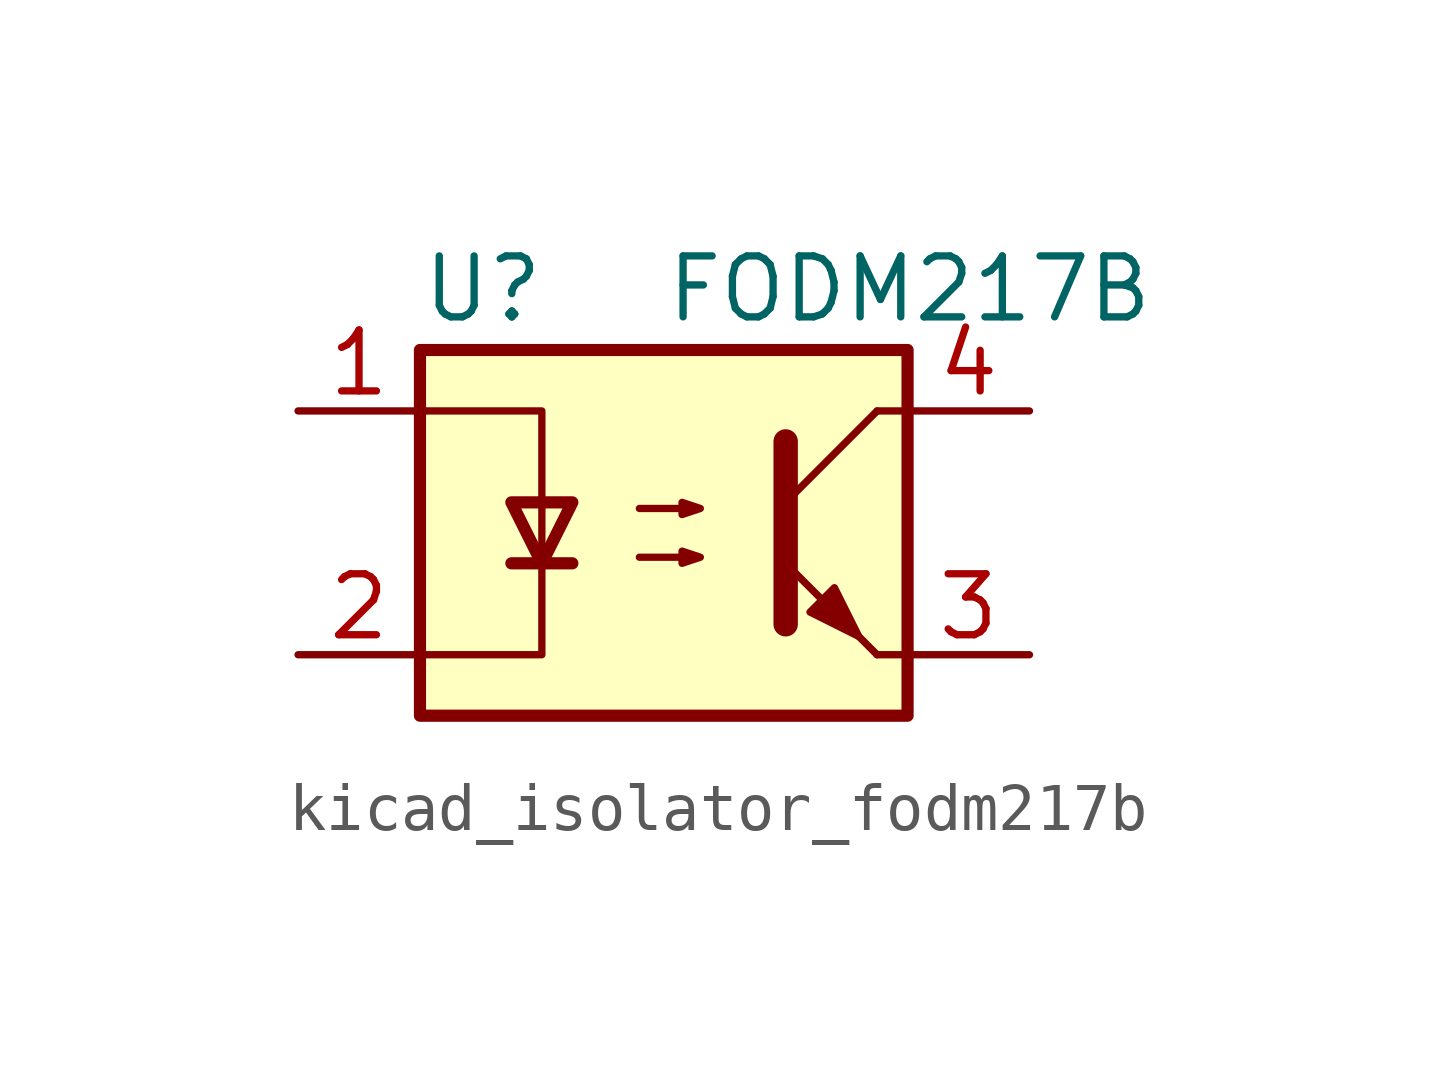
<source format=kicad_sym>
(kicad_symbol_lib
  (version 20220914)
  (generator kicad_symbol_editor)
  (symbol "kicad_isolator_fodm217b"
    (property "Reference" "U"
      (at -5.08 5.08 0)
      (effects (font (size 1.27 1.27)) (justify left)))
    (property "Value" "FODM217B"
      (at 0 5.08 0)
      (effects (font (size 1.27 1.27)) (justify left)))
    (symbol "kicad_isolator_fodm217b_0_1"
      (rectangle (start -5.08 3.81) (end 5.08 -3.81) (stroke (width 0.254) (type default)) (fill (type background)))
      (polyline (pts (xy -3.175 -0.635) (xy -1.905 -0.635)) (stroke (width 0.254) (type default)) (fill (type none)))
      (polyline (pts (xy 2.54 0.635) (xy 4.445 2.54)) (stroke (width 0) (type default)) (fill (type none)))
      (polyline (pts (xy 4.445 -2.54) (xy 2.54 -0.635)) (stroke (width 0) (type default)) (fill (type outline)))
      (polyline (pts (xy 4.445 -2.54) (xy 5.08 -2.54)) (stroke (width 0) (type default)) (fill (type none)))
      (polyline (pts (xy 4.445 2.54) (xy 5.08 2.54)) (stroke (width 0) (type default)) (fill (type none)))
      (polyline (pts (xy -5.08 2.54) (xy -2.54 2.54) (xy -2.54 -0.635)) (stroke (width 0) (type default)) (fill (type none)))
      (polyline (pts (xy -2.54 -0.635) (xy -2.54 -2.54) (xy -5.08 -2.54)) (stroke (width 0) (type default)) (fill (type none)))
      (polyline (pts (xy 2.54 1.905) (xy 2.54 -1.905) (xy 2.54 -1.905)) (stroke (width 0.508) (type default)) (fill (type none)))
      (polyline (pts (xy -2.54 -0.635) (xy -3.175 0.635) (xy -1.905 0.635) (xy -2.54 -0.635)) (stroke (width 0.254) (type default)) (fill (type none)))
      (polyline (pts (xy -0.508 -0.508) (xy 0.762 -0.508) (xy 0.381 -0.635) (xy 0.381 -0.381) (xy 0.762 -0.508)) (stroke (width 0) (type default)) (fill (type none)))
      (polyline (pts (xy -0.508 0.508) (xy 0.762 0.508) (xy 0.381 0.381) (xy 0.381 0.635) (xy 0.762 0.508)) (stroke (width 0) (type default)) (fill (type none)))
      (polyline (pts (xy 3.048 -1.651) (xy 3.556 -1.143) (xy 4.064 -2.159) (xy 3.048 -1.651) (xy 3.048 -1.651)) (stroke (width 0) (type default)) (fill (type outline))))
    (symbol "kicad_isolator_fodm217b_1_1"
      (pin passive line (at -7.62 2.54 0) (length 2.54) (name "~" (effects (font (size 1.27 1.27)))) (number "1" (effects (font (size 1.27 1.27)))))
      (pin passive line (at -7.62 -2.54 0) (length 2.54) (name "~" (effects (font (size 1.27 1.27)))) (number "2" (effects (font (size 1.27 1.27)))))
      (pin passive line (at 7.62 -2.54 180) (length 2.54) (name "~" (effects (font (size 1.27 1.27)))) (number "3" (effects (font (size 1.27 1.27)))))
      (pin passive line (at 7.62 2.54 180) (length 2.54) (name "~" (effects (font (size 1.27 1.27)))) (number "4" (effects (font (size 1.27 1.27))))))))
</source>
